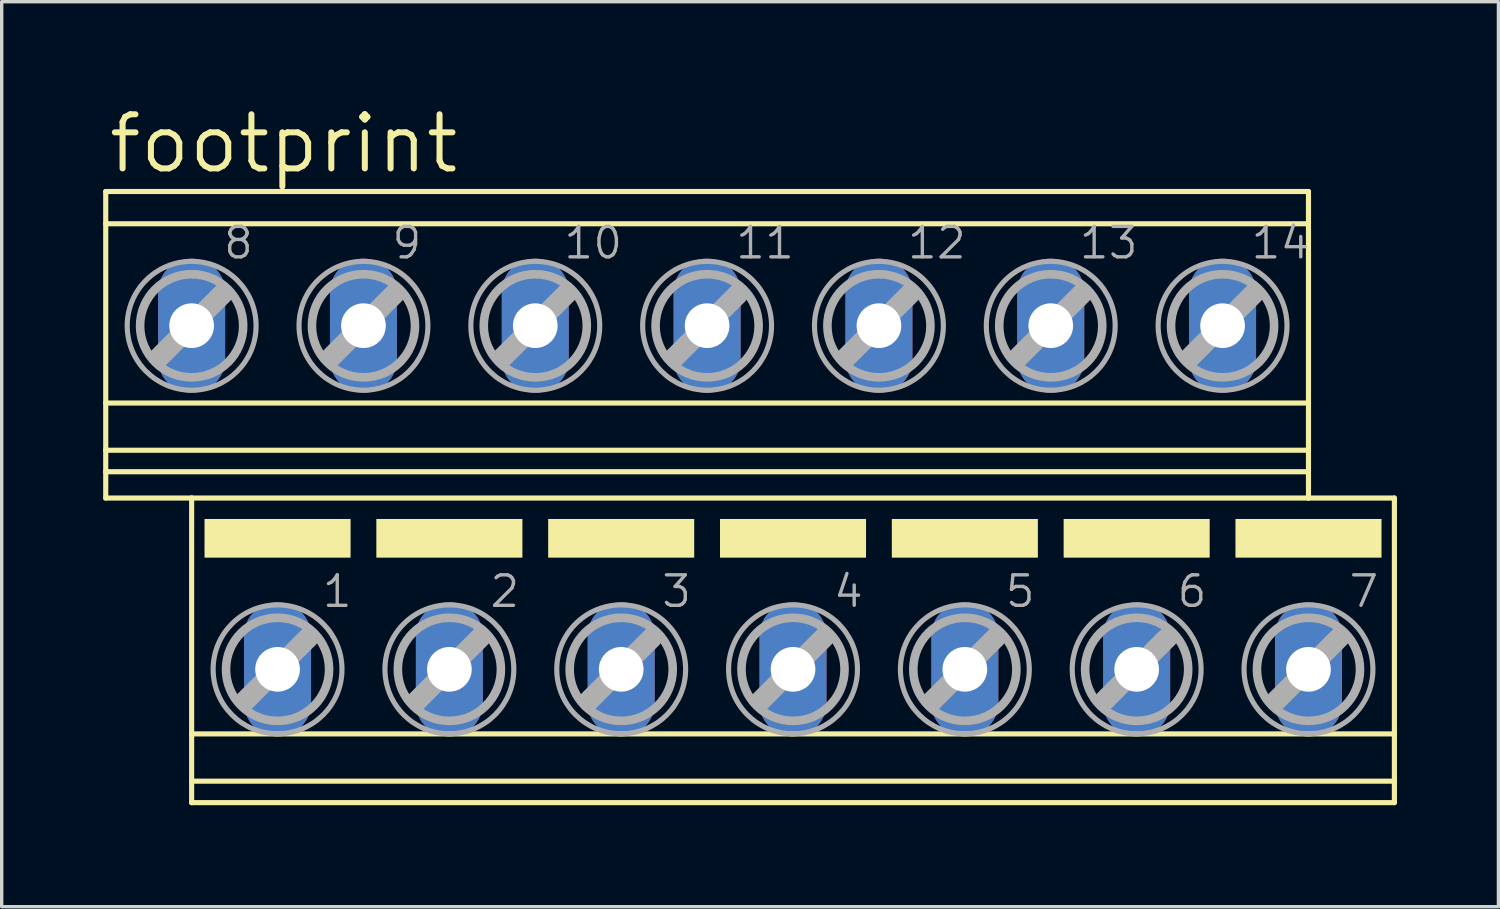
<source format=kicad_pcb>
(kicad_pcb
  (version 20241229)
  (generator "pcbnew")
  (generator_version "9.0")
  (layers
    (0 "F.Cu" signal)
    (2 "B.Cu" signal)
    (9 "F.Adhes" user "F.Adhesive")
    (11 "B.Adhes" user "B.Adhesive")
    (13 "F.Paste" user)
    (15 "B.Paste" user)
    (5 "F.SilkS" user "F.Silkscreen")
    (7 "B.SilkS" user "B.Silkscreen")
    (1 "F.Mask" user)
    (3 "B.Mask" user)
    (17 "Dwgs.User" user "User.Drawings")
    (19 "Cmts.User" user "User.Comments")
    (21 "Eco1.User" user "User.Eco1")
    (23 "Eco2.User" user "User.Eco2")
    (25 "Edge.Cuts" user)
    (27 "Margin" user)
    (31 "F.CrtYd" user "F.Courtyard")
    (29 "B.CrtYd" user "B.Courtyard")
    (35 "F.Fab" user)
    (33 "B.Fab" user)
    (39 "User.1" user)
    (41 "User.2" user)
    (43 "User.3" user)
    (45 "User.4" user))
  (footprint "footprint"
    (layer "F.Cu")
    (at 19.126 11.659)
    (property "Reference" "footprint" (at -19.05 -9.525 0) (layer "F.SilkS") (effects (font (size 1.6 1.6) (thickness 0.178)) (justify left bottom)))
    (fp_line (start -19.05 -9.047) (end -19.05 -8.094) (stroke (width 0.152) (type solid)) (layer "F.SilkS"))
    (fp_line (start -19.05 -9.047) (end 16.51 -9.047) (stroke (width 0.152) (type solid)) (layer "F.SilkS"))
    (fp_line (start -19.05 -8.094) (end -19.05 -2.794) (stroke (width 0.152) (type solid)) (layer "F.SilkS"))
    (fp_line (start -19.05 -8.094) (end 16.51 -8.094) (stroke (width 0.152) (type solid)) (layer "F.SilkS"))
    (fp_line (start -19.05 -2.794) (end -19.05 -1.397) (stroke (width 0.152) (type solid)) (layer "F.SilkS"))
    (fp_line (start -19.05 -2.794) (end 16.51 -2.794) (stroke (width 0.152) (type solid)) (layer "F.SilkS"))
    (fp_line (start -19.05 -1.397) (end -19.05 -0.762) (stroke (width 0.152) (type solid)) (layer "F.SilkS"))
    (fp_line (start -19.05 -1.397) (end 16.51 -1.397) (stroke (width 0.152) (type solid)) (layer "F.SilkS"))
    (fp_line (start -19.05 -0.762) (end -19.05 0.016) (stroke (width 0.152) (type solid)) (layer "F.SilkS"))
    (fp_line (start -19.05 -0.762) (end 16.51 -0.762) (stroke (width 0.152) (type solid)) (layer "F.SilkS"))
    (fp_line (start -19.05 0.016) (end -16.51 0.016) (stroke (width 0.152) (type solid)) (layer "F.SilkS"))
    (fp_line (start -16.51 0.016) (end -16.51 6.99) (stroke (width 0.152) (type solid)) (layer "F.SilkS"))
    (fp_line (start -16.51 0.016) (end 16.51 0.016) (stroke (width 0.152) (type solid)) (layer "F.SilkS"))
    (fp_line (start -16.51 6.99) (end -16.51 8.387) (stroke (width 0.152) (type solid)) (layer "F.SilkS"))
    (fp_line (start -16.51 6.99) (end 19.05 6.99) (stroke (width 0.152) (type solid)) (layer "F.SilkS"))
    (fp_line (start -16.51 8.387) (end -16.51 9.022) (stroke (width 0.152) (type solid)) (layer "F.SilkS"))
    (fp_line (start -16.51 8.387) (end 19.05 8.387) (stroke (width 0.152) (type solid)) (layer "F.SilkS"))
    (fp_line (start -16.51 9.022) (end 19.05 9.022) (stroke (width 0.152) (type solid)) (layer "F.SilkS"))
    (fp_line (start 16.51 -9.047) (end 16.51 -8.094) (stroke (width 0.152) (type solid)) (layer "F.SilkS"))
    (fp_line (start 16.51 -8.094) (end 16.51 -2.794) (stroke (width 0.152) (type solid)) (layer "F.SilkS"))
    (fp_line (start 16.51 -2.794) (end 16.51 -1.397) (stroke (width 0.152) (type solid)) (layer "F.SilkS"))
    (fp_line (start 16.51 -1.397) (end 16.51 -0.762) (stroke (width 0.152) (type solid)) (layer "F.SilkS"))
    (fp_line (start 16.51 -0.762) (end 16.51 0.016) (stroke (width 0.152) (type solid)) (layer "F.SilkS"))
    (fp_line (start 19.05 0.016) (end 16.51 0.016) (stroke (width 0.152) (type solid)) (layer "F.SilkS"))
    (fp_line (start 19.05 0.016) (end 19.05 6.99) (stroke (width 0.152) (type solid)) (layer "F.SilkS"))
    (fp_line (start 19.05 6.99) (end 19.05 8.387) (stroke (width 0.152) (type solid)) (layer "F.SilkS"))
    (fp_line (start 19.05 8.387) (end 19.05 9.022) (stroke (width 0.152) (type solid)) (layer "F.SilkS"))
    (fp_poly (pts (xy -16.129 1.778) (xy -11.811 1.778) (xy -11.811 0.635) (xy -16.129 0.635)) (stroke (width 0) (type solid)) (fill yes) (layer "F.SilkS"))
    (fp_poly (pts (xy -11.049 1.778) (xy -6.731 1.778) (xy -6.731 0.635) (xy -11.049 0.635)) (stroke (width 0) (type solid)) (fill yes) (layer "F.SilkS"))
    (fp_poly (pts (xy -5.969 1.778) (xy -1.651 1.778) (xy -1.651 0.635) (xy -5.969 0.635)) (stroke (width 0) (type solid)) (fill yes) (layer "F.SilkS"))
    (fp_poly (pts (xy -0.889 1.778) (xy 3.429 1.778) (xy 3.429 0.635) (xy -0.889 0.635)) (stroke (width 0) (type solid)) (fill yes) (layer "F.SilkS"))
    (fp_poly (pts (xy 4.191 1.778) (xy 8.509 1.778) (xy 8.509 0.635) (xy 4.191 0.635)) (stroke (width 0) (type solid)) (fill yes) (layer "F.SilkS"))
    (fp_poly (pts (xy 9.271 1.778) (xy 13.589 1.778) (xy 13.589 0.635) (xy 9.271 0.635)) (stroke (width 0) (type solid)) (fill yes) (layer "F.SilkS"))
    (fp_poly (pts (xy 14.351 1.778) (xy 18.669 1.778) (xy 18.669 0.635) (xy 14.351 0.635)) (stroke (width 0) (type solid)) (fill yes) (layer "F.SilkS"))
    (fp_line (start -17.45 -4.163) (end -15.596 -6.017) (stroke (width 0.61) (type solid)) (layer "F.Fab"))
    (fp_line (start -14.91 5.994) (end -13.056 4.14) (stroke (width 0.61) (type solid)) (layer "F.Fab"))
    (fp_line (start -12.37 -4.163) (end -10.516 -6.017) (stroke (width 0.61) (type solid)) (layer "F.Fab"))
    (fp_line (start -9.83 5.994) (end -7.976 4.14) (stroke (width 0.61) (type solid)) (layer "F.Fab"))
    (fp_line (start -7.29 -4.163) (end -5.436 -6.017) (stroke (width 0.61) (type solid)) (layer "F.Fab"))
    (fp_line (start -4.75 5.994) (end -2.896 4.14) (stroke (width 0.61) (type solid)) (layer "F.Fab"))
    (fp_line (start -2.21 -4.163) (end -0.356 -6.017) (stroke (width 0.61) (type solid)) (layer "F.Fab"))
    (fp_line (start 0.33 5.994) (end 2.184 4.14) (stroke (width 0.61) (type solid)) (layer "F.Fab"))
    (fp_line (start 2.87 -4.163) (end 4.724 -6.017) (stroke (width 0.61) (type solid)) (layer "F.Fab"))
    (fp_line (start 5.41 5.994) (end 7.264 4.14) (stroke (width 0.61) (type solid)) (layer "F.Fab"))
    (fp_line (start 7.95 -4.163) (end 9.804 -6.017) (stroke (width 0.61) (type solid)) (layer "F.Fab"))
    (fp_line (start 10.49 5.994) (end 12.344 4.14) (stroke (width 0.61) (type solid)) (layer "F.Fab"))
    (fp_line (start 13.03 -4.163) (end 14.884 -6.017) (stroke (width 0.61) (type solid)) (layer "F.Fab"))
    (fp_line (start 15.57 5.994) (end 17.424 4.14) (stroke (width 0.61) (type solid)) (layer "F.Fab"))
    (fp_circle (center -16.51 -5.077) (end -14.986 -5.077) (stroke (width 0.254) (type solid)) (fill no) (layer "F.Fab"))
    (fp_circle (center -16.51 -5.077) (end -14.605 -5.077) (stroke (width 0.152) (type solid)) (fill no) (layer "F.Fab"))
    (fp_circle (center -13.97 5.08) (end -12.446 5.08) (stroke (width 0.254) (type solid)) (fill no) (layer "F.Fab"))
    (fp_circle (center -13.97 5.08) (end -12.065 5.08) (stroke (width 0.152) (type solid)) (fill no) (layer "F.Fab"))
    (fp_circle (center -11.43 -5.077) (end -9.906 -5.077) (stroke (width 0.254) (type solid)) (fill no) (layer "F.Fab"))
    (fp_circle (center -11.43 -5.077) (end -9.525 -5.077) (stroke (width 0.152) (type solid)) (fill no) (layer "F.Fab"))
    (fp_circle (center -8.89 5.08) (end -7.366 5.08) (stroke (width 0.254) (type solid)) (fill no) (layer "F.Fab"))
    (fp_circle (center -8.89 5.08) (end -6.985 5.08) (stroke (width 0.152) (type solid)) (fill no) (layer "F.Fab"))
    (fp_circle (center -6.35 -5.077) (end -4.826 -5.077) (stroke (width 0.254) (type solid)) (fill no) (layer "F.Fab"))
    (fp_circle (center -6.35 -5.077) (end -4.445 -5.077) (stroke (width 0.152) (type solid)) (fill no) (layer "F.Fab"))
    (fp_circle (center -3.81 5.08) (end -2.286 5.08) (stroke (width 0.254) (type solid)) (fill no) (layer "F.Fab"))
    (fp_circle (center -3.81 5.08) (end -1.905 5.08) (stroke (width 0.152) (type solid)) (fill no) (layer "F.Fab"))
    (fp_circle (center -1.27 -5.077) (end 0.254 -5.077) (stroke (width 0.254) (type solid)) (fill no) (layer "F.Fab"))
    (fp_circle (center -1.27 -5.077) (end 0.635 -5.077) (stroke (width 0.152) (type solid)) (fill no) (layer "F.Fab"))
    (fp_circle (center 1.27 5.08) (end 2.794 5.08) (stroke (width 0.254) (type solid)) (fill no) (layer "F.Fab"))
    (fp_circle (center 1.27 5.08) (end 3.175 5.08) (stroke (width 0.152) (type solid)) (fill no) (layer "F.Fab"))
    (fp_circle (center 3.81 -5.077) (end 5.334 -5.077) (stroke (width 0.254) (type solid)) (fill no) (layer "F.Fab"))
    (fp_circle (center 3.81 -5.077) (end 5.715 -5.077) (stroke (width 0.152) (type solid)) (fill no) (layer "F.Fab"))
    (fp_circle (center 6.35 5.08) (end 7.874 5.08) (stroke (width 0.254) (type solid)) (fill no) (layer "F.Fab"))
    (fp_circle (center 6.35 5.08) (end 8.255 5.08) (stroke (width 0.152) (type solid)) (fill no) (layer "F.Fab"))
    (fp_circle (center 8.89 -5.077) (end 10.414 -5.077) (stroke (width 0.254) (type solid)) (fill no) (layer "F.Fab"))
    (fp_circle (center 8.89 -5.077) (end 10.795 -5.077) (stroke (width 0.152) (type solid)) (fill no) (layer "F.Fab"))
    (fp_circle (center 11.43 5.08) (end 12.954 5.08) (stroke (width 0.254) (type solid)) (fill no) (layer "F.Fab"))
    (fp_circle (center 11.43 5.08) (end 13.335 5.08) (stroke (width 0.152) (type solid)) (fill no) (layer "F.Fab"))
    (fp_circle (center 13.97 -5.077) (end 15.494 -5.077) (stroke (width 0.254) (type solid)) (fill no) (layer "F.Fab"))
    (fp_circle (center 13.97 -5.077) (end 15.875 -5.077) (stroke (width 0.152) (type solid)) (fill no) (layer "F.Fab"))
    (fp_circle (center 16.51 5.08) (end 18.034 5.08) (stroke (width 0.254) (type solid)) (fill no) (layer "F.Fab"))
    (fp_circle (center 16.51 5.08) (end 18.415 5.08) (stroke (width 0.152) (type solid)) (fill no) (layer "F.Fab"))
    (fp_text user "1" (at -12.7 3.302 0) (layer "F.Fab") (effects (font (size 0.9 0.9) (thickness 0.1)) (justify left bottom)))
    (fp_text user "10" (at -5.561 -7.001 0) (layer "F.Fab") (effects (font (size 0.9 0.9) (thickness 0.1)) (justify left bottom)))
    (fp_text user "9" (at -10.641 -7.001 0) (layer "F.Fab") (effects (font (size 0.9 0.9) (thickness 0.1)) (justify left bottom)))
    (fp_text user "7" (at 17.653 3.302 0) (layer "F.Fab") (effects (font (size 0.9 0.9) (thickness 0.1)) (justify left bottom)))
    (fp_text user "12" (at 4.599 -7.001 0) (layer "F.Fab") (effects (font (size 0.9 0.9) (thickness 0.1)) (justify left bottom)))
    (fp_text user "3" (at -2.667 3.302 0) (layer "F.Fab") (effects (font (size 0.9 0.9) (thickness 0.1)) (justify left bottom)))
    (fp_text user "5" (at 7.493 3.302 0) (layer "F.Fab") (effects (font (size 0.9 0.9) (thickness 0.1)) (justify left bottom)))
    (fp_text user "6" (at 12.573 3.302 0) (layer "F.Fab") (effects (font (size 0.9 0.9) (thickness 0.1)) (justify left bottom)))
    (fp_text user "13" (at 9.679 -7.001 0) (layer "F.Fab") (effects (font (size 0.9 0.9) (thickness 0.1)) (justify left bottom)))
    (fp_text user "8" (at -15.621 -7.001 0) (layer "F.Fab") (effects (font (size 0.9 0.9) (thickness 0.1)) (justify left bottom)))
    (fp_text user "14" (at 14.759 -7.001 0) (layer "F.Fab") (effects (font (size 0.9 0.9) (thickness 0.1)) (justify left bottom)))
    (fp_text user "4" (at 2.413 3.302 0) (layer "F.Fab") (effects (font (size 0.9 0.9) (thickness 0.1)) (justify left bottom)))
    (fp_text user "11" (at -0.481 -7.001 0) (layer "F.Fab") (effects (font (size 0.9 0.9) (thickness 0.1)) (justify left bottom)))
    (fp_text user "2" (at -7.747 3.302 0) (layer "F.Fab") (effects (font (size 0.9 0.9) (thickness 0.1)) (justify left bottom)))
    (pad "1" thru_hole oval (at -13.97 5.08 90) (size 3.962 1.981) (drill 1.321) (layers "*.Cu" "*.Mask"))
    (pad "2" thru_hole oval (at -8.89 5.08 90) (size 3.962 1.981) (drill 1.321) (layers "*.Cu" "*.Mask"))
    (pad "3" thru_hole oval (at -3.81 5.08 90) (size 3.962 1.981) (drill 1.321) (layers "*.Cu" "*.Mask"))
    (pad "4" thru_hole oval (at 1.27 5.08 90) (size 3.962 1.981) (drill 1.321) (layers "*.Cu" "*.Mask"))
    (pad "5" thru_hole oval (at 6.35 5.08 90) (size 3.962 1.981) (drill 1.321) (layers "*.Cu" "*.Mask"))
    (pad "6" thru_hole oval (at 11.43 5.08 90) (size 3.962 1.981) (drill 1.321) (layers "*.Cu" "*.Mask"))
    (pad "7" thru_hole oval (at 16.51 5.08 90) (size 3.962 1.981) (drill 1.321) (layers "*.Cu" "*.Mask"))
    (pad "8" thru_hole oval (at -16.51 -5.08 90) (size 3.962 1.981) (drill 1.321) (layers "*.Cu" "*.Mask"))
    (pad "9" thru_hole oval (at -11.43 -5.08 90) (size 3.962 1.981) (drill 1.321) (layers "*.Cu" "*.Mask"))
    (pad "10" thru_hole oval (at -6.35 -5.08 90) (size 3.962 1.981) (drill 1.321) (layers "*.Cu" "*.Mask"))
    (pad "11" thru_hole oval (at -1.27 -5.08 90) (size 3.962 1.981) (drill 1.321) (layers "*.Cu" "*.Mask"))
    (pad "12" thru_hole oval (at 3.81 -5.08 90) (size 3.962 1.981) (drill 1.321) (layers "*.Cu" "*.Mask"))
    (pad "13" thru_hole oval (at 8.89 -5.08 90) (size 3.962 1.981) (drill 1.321) (layers "*.Cu" "*.Mask"))
    (pad "14" thru_hole oval (at 13.97 -5.08 90) (size 3.962 1.981) (drill 1.321) (layers "*.Cu" "*.Mask")))
  (gr_rect
    (start -3 -3)
    (end 41.252 23.757)
    (stroke (width 0.1) (type default))
    (fill no)
    (layer "Edge.Cuts")))
</source>
